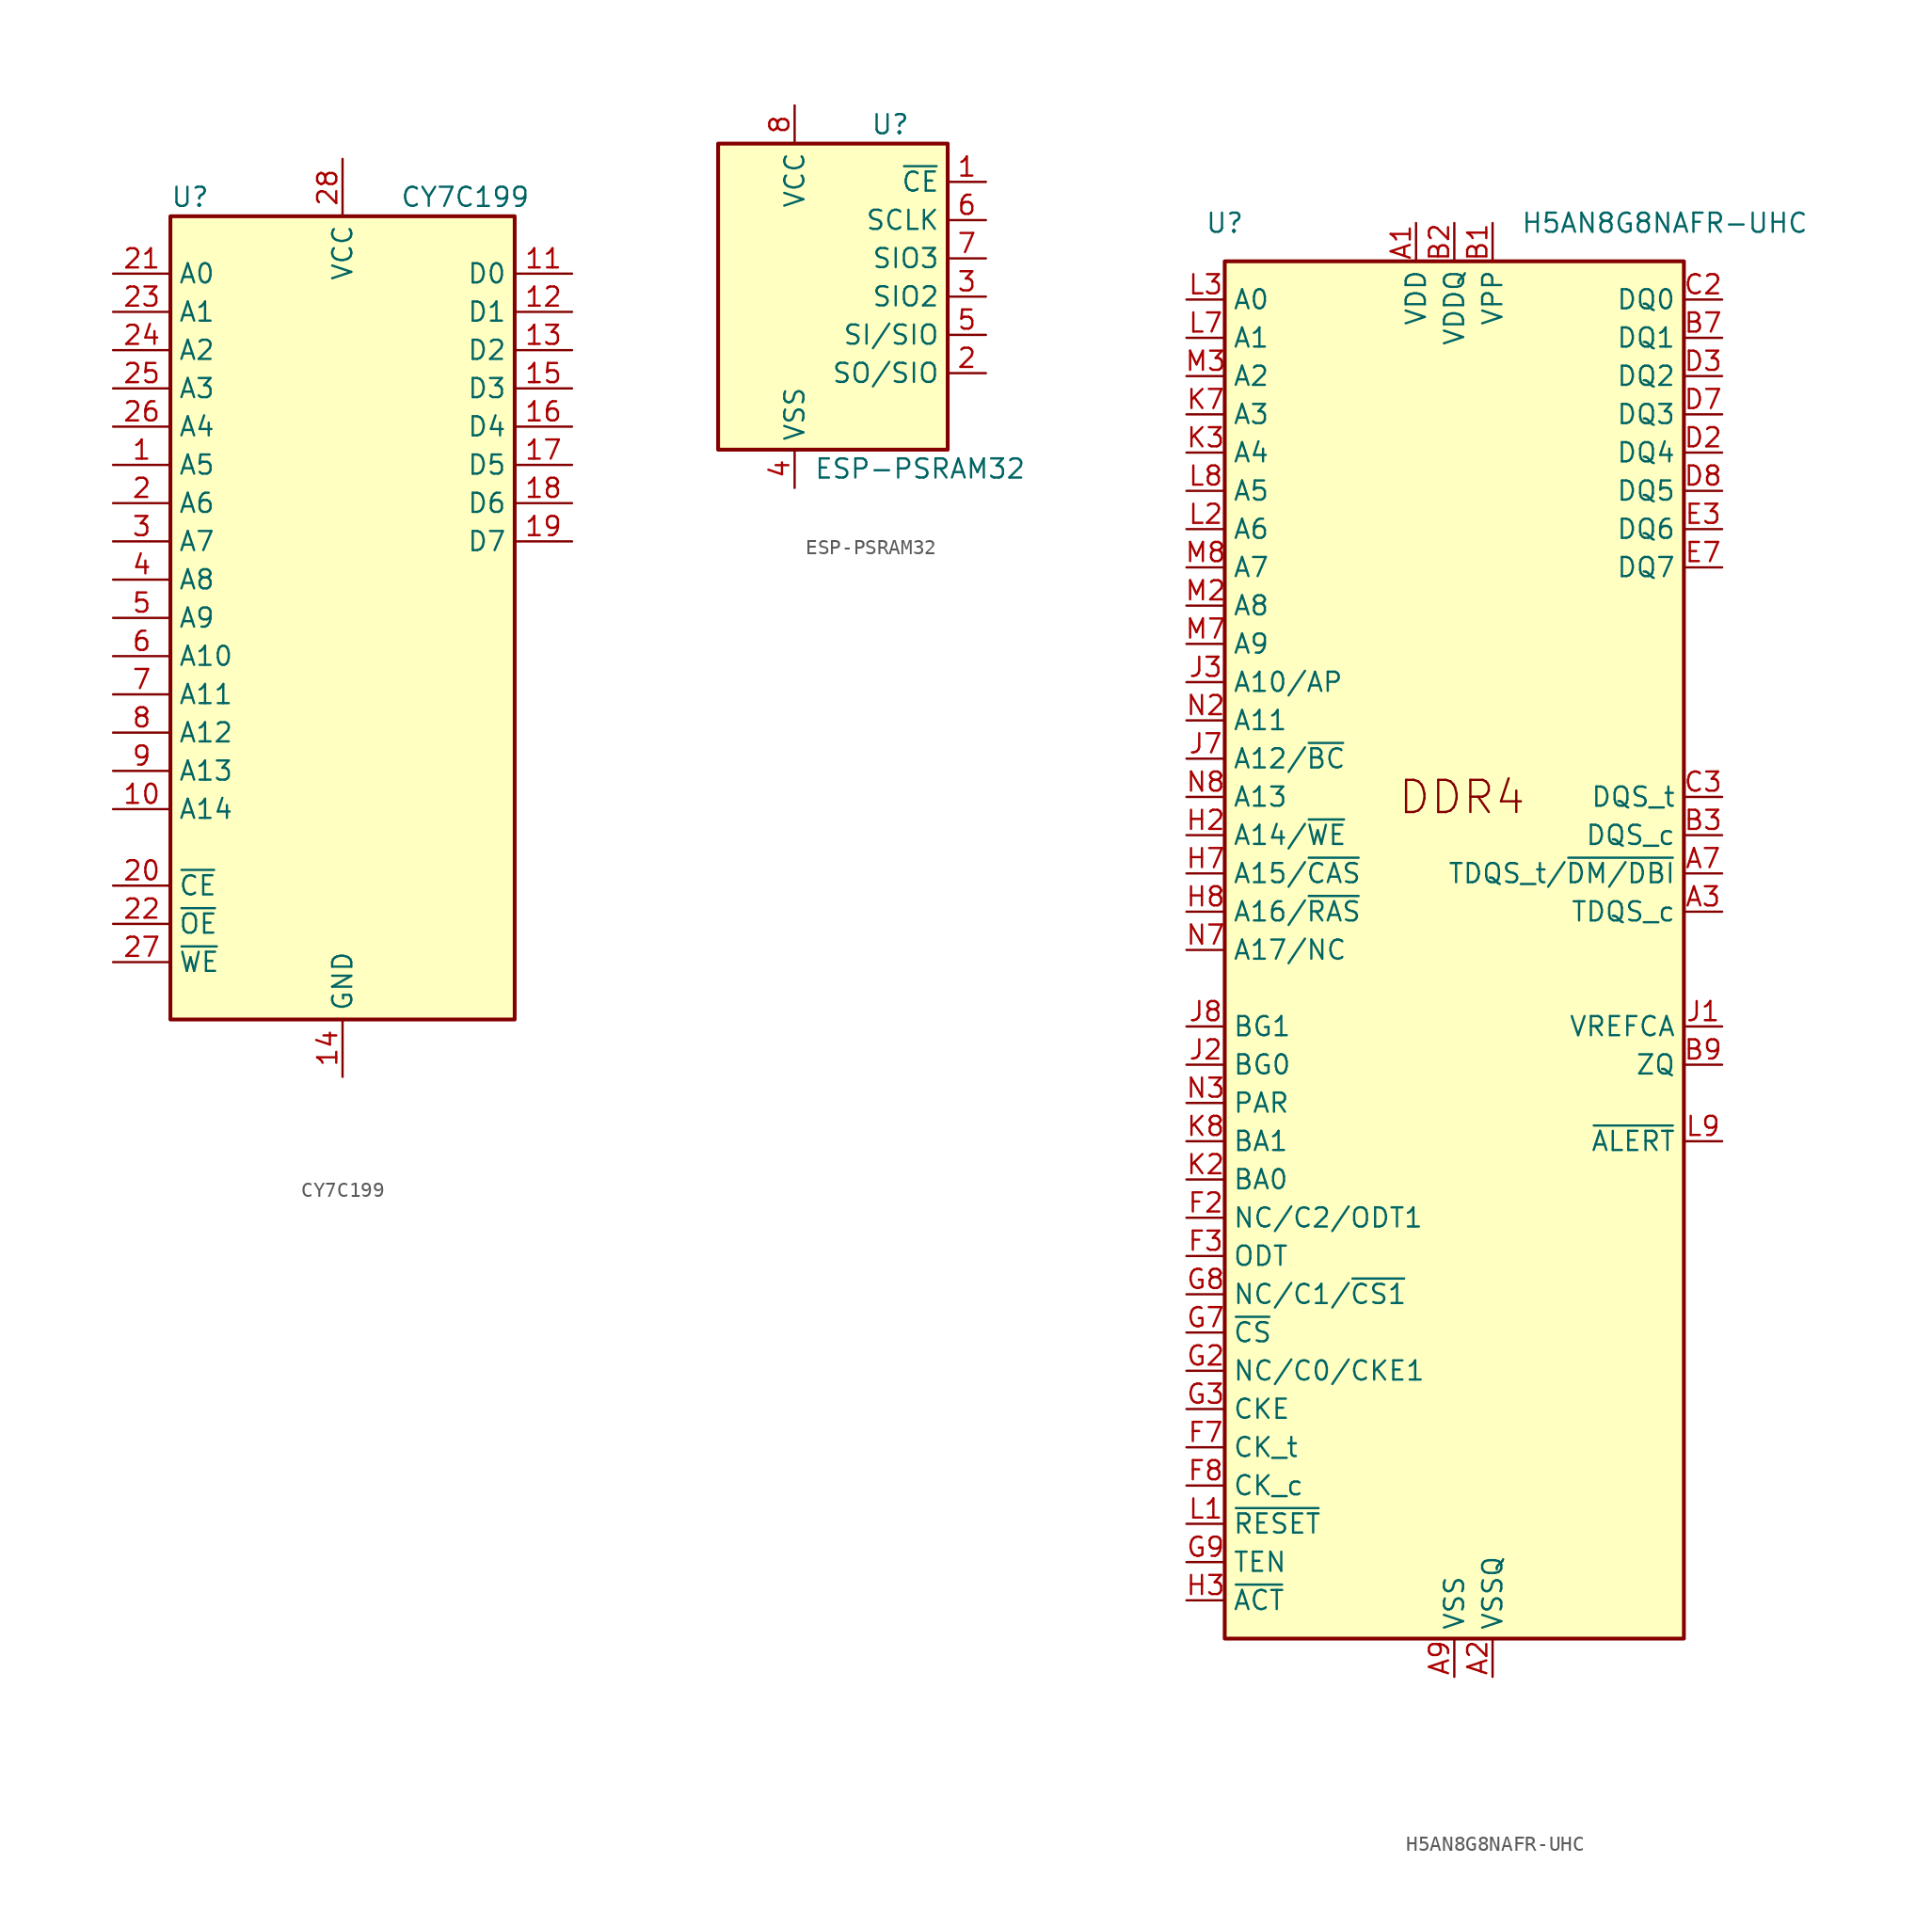
<source format=kicad_sym>
(kicad_symbol_lib
  (version 20220914)
  (generator kicad_symbol_editor)
  (symbol "CY7C199"
    (property "Reference" "U"
      (at -11.43 27.94 0)
      (effects (font (size 1.27 1.27)) (justify left)))
    (property "Value" "CY7C199"
      (at 3.81 27.94 0)
      (effects (font (size 1.27 1.27)) (justify left)))
    (symbol "CY7C199_0_0"
      (pin power_in line (at 0 -30.48 90) (length 3.81) (name "GND" (effects (font (size 1.27 1.27)))) (number "14" (effects (font (size 1.27 1.27)))))
      (pin power_in line (at 0 30.48 270) (length 3.81) (name "VCC" (effects (font (size 1.27 1.27)))) (number "28" (effects (font (size 1.27 1.27))))))
    (symbol "CY7C199_0_1"
      (rectangle (start -11.43 26.67) (end 11.43 -26.67) (stroke (width 0.254) (type solid)) (fill (type background))))
    (symbol "CY7C199_1_1"
      (pin input line (at -15.24 10.16 0) (length 3.81) (name "A5" (effects (font (size 1.27 1.27)))) (number "1" (effects (font (size 1.27 1.27)))))
      (pin input line (at -15.24 -12.7 0) (length 3.81) (name "A14" (effects (font (size 1.27 1.27)))) (number "10" (effects (font (size 1.27 1.27)))))
      (pin tri_state line (at 15.24 22.86 180) (length 3.81) (name "D0" (effects (font (size 1.27 1.27)))) (number "11" (effects (font (size 1.27 1.27)))))
      (pin tri_state line (at 15.24 20.32 180) (length 3.81) (name "D1" (effects (font (size 1.27 1.27)))) (number "12" (effects (font (size 1.27 1.27)))))
      (pin tri_state line (at 15.24 17.78 180) (length 3.81) (name "D2" (effects (font (size 1.27 1.27)))) (number "13" (effects (font (size 1.27 1.27)))))
      (pin tri_state line (at 15.24 15.24 180) (length 3.81) (name "D3" (effects (font (size 1.27 1.27)))) (number "15" (effects (font (size 1.27 1.27)))))
      (pin tri_state line (at 15.24 12.7 180) (length 3.81) (name "D4" (effects (font (size 1.27 1.27)))) (number "16" (effects (font (size 1.27 1.27)))))
      (pin tri_state line (at 15.24 10.16 180) (length 3.81) (name "D5" (effects (font (size 1.27 1.27)))) (number "17" (effects (font (size 1.27 1.27)))))
      (pin tri_state line (at 15.24 7.62 180) (length 3.81) (name "D6" (effects (font (size 1.27 1.27)))) (number "18" (effects (font (size 1.27 1.27)))))
      (pin tri_state line (at 15.24 5.08 180) (length 3.81) (name "D7" (effects (font (size 1.27 1.27)))) (number "19" (effects (font (size 1.27 1.27)))))
      (pin input line (at -15.24 7.62 0) (length 3.81) (name "A6" (effects (font (size 1.27 1.27)))) (number "2" (effects (font (size 1.27 1.27)))))
      (pin input line (at -15.24 -17.78 0) (length 3.81) (name "~{CE}" (effects (font (size 1.27 1.27)))) (number "20" (effects (font (size 1.27 1.27)))))
      (pin input line (at -15.24 22.86 0) (length 3.81) (name "A0" (effects (font (size 1.27 1.27)))) (number "21" (effects (font (size 1.27 1.27)))))
      (pin input line (at -15.24 -20.32 0) (length 3.81) (name "~{OE}" (effects (font (size 1.27 1.27)))) (number "22" (effects (font (size 1.27 1.27)))))
      (pin input line (at -15.24 20.32 0) (length 3.81) (name "A1" (effects (font (size 1.27 1.27)))) (number "23" (effects (font (size 1.27 1.27)))))
      (pin input line (at -15.24 17.78 0) (length 3.81) (name "A2" (effects (font (size 1.27 1.27)))) (number "24" (effects (font (size 1.27 1.27)))))
      (pin input line (at -15.24 15.24 0) (length 3.81) (name "A3" (effects (font (size 1.27 1.27)))) (number "25" (effects (font (size 1.27 1.27)))))
      (pin input line (at -15.24 12.7 0) (length 3.81) (name "A4" (effects (font (size 1.27 1.27)))) (number "26" (effects (font (size 1.27 1.27)))))
      (pin input line (at -15.24 -22.86 0) (length 3.81) (name "~{WE}" (effects (font (size 1.27 1.27)))) (number "27" (effects (font (size 1.27 1.27)))))
      (pin input line (at -15.24 5.08 0) (length 3.81) (name "A7" (effects (font (size 1.27 1.27)))) (number "3" (effects (font (size 1.27 1.27)))))
      (pin input line (at -15.24 2.54 0) (length 3.81) (name "A8" (effects (font (size 1.27 1.27)))) (number "4" (effects (font (size 1.27 1.27)))))
      (pin input line (at -15.24 0 0) (length 3.81) (name "A9" (effects (font (size 1.27 1.27)))) (number "5" (effects (font (size 1.27 1.27)))))
      (pin input line (at -15.24 -2.54 0) (length 3.81) (name "A10" (effects (font (size 1.27 1.27)))) (number "6" (effects (font (size 1.27 1.27)))))
      (pin input line (at -15.24 -5.08 0) (length 3.81) (name "A11" (effects (font (size 1.27 1.27)))) (number "7" (effects (font (size 1.27 1.27)))))
      (pin input line (at -15.24 -7.62 0) (length 3.81) (name "A12" (effects (font (size 1.27 1.27)))) (number "8" (effects (font (size 1.27 1.27)))))
      (pin input line (at -15.24 -10.16 0) (length 3.81) (name "A13" (effects (font (size 1.27 1.27)))) (number "9" (effects (font (size 1.27 1.27)))))))
  (symbol "ESP-PSRAM32"
    (property "Reference" "U"
      (at 3.81 11.43 0)
      (effects (font (size 1.27 1.27))))
    (property "Value" "ESP-PSRAM32"
      (at -1.27 -11.43 0)
      (effects (font (size 1.27 1.27)) (justify left)))
    (symbol "ESP-PSRAM32_0_1"
      (rectangle (start -7.62 10.16) (end 7.62 -10.16) (stroke (width 0.254) (type solid)) (fill (type background))))
    (symbol "ESP-PSRAM32_1_1"
      (pin input line (at 10.16 7.62 180) (length 2.54) (name "~{CE}" (effects (font (size 1.27 1.27)))) (number "1" (effects (font (size 1.27 1.27)))))
      (pin output line (at 10.16 -5.08 180) (length 2.54) (name "SO/SIO" (effects (font (size 1.27 1.27)))) (number "2" (effects (font (size 1.27 1.27)))))
      (pin bidirectional line (at 10.16 0 180) (length 2.54) (name "SIO2" (effects (font (size 1.27 1.27)))) (number "3" (effects (font (size 1.27 1.27)))))
      (pin power_in line (at -2.54 -12.7 90) (length 2.54) (name "VSS" (effects (font (size 1.27 1.27)))) (number "4" (effects (font (size 1.27 1.27)))))
      (pin input line (at 10.16 -2.54 180) (length 2.54) (name "SI/SIO" (effects (font (size 1.27 1.27)))) (number "5" (effects (font (size 1.27 1.27)))))
      (pin output line (at 10.16 5.08 180) (length 2.54) (name "SCLK" (effects (font (size 1.27 1.27)))) (number "6" (effects (font (size 1.27 1.27)))))
      (pin bidirectional line (at 10.16 2.54 180) (length 2.54) (name "SIO3" (effects (font (size 1.27 1.27)))) (number "7" (effects (font (size 1.27 1.27)))))
      (pin power_in line (at -2.54 12.7 270) (length 2.54) (name "VCC" (effects (font (size 1.27 1.27)))) (number "8" (effects (font (size 1.27 1.27)))))))
  (symbol "H5AN8G8NAFR-UHC"
    (property "Reference" "U"
      (at -15.24 48.26 0)
      (effects (font (size 1.27 1.27))))
    (property "Value" "H5AN8G8NAFR-UHC"
      (at 13.97 48.26 0)
      (effects (font (size 1.27 1.27))))
    (symbol "H5AN8G8NAFR-UHC_0_1"
      (rectangle (start -15.24 -45.72) (end 15.24 45.72) (stroke (width 0.254) (type solid)) (fill (type background)))
      (pin power_in line (at -2.54 48.26 270) (length 2.54) (name "VDD" (effects (font (size 1.27 1.27)))) (number "A1" (effects (font (size 1.27 1.27)))))
      (pin power_in line (at 2.54 -48.26 90) (length 2.54) (name "VSSQ" (effects (font (size 1.27 1.27)))) (number "A2" (effects (font (size 1.27 1.27)))))
      (pin output line (at 17.78 2.54 180) (length 2.54) (name "TDQS_c" (effects (font (size 1.27 1.27)))) (number "A3" (effects (font (size 1.27 1.27)))))
      (pin bidirectional line (at 17.78 5.08 180) (length 2.54) (name "TDQS_t/~{DM/DBI}" (effects (font (size 1.27 1.27)))) (number "A7" (effects (font (size 1.27 1.27)))))
      (pin passive line (at 2.54 -48.26 90) (length 2.54) hide (name "VSSQ" (effects (font (size 1.27 1.27)))) (number "A8" (effects (font (size 1.27 1.27)))))
      (pin power_in line (at 0 -48.26 90) (length 2.54) (name "VSS" (effects (font (size 1.27 1.27)))) (number "A9" (effects (font (size 1.27 1.27)))))
      (pin power_in line (at 2.54 48.26 270) (length 2.54) (name "VPP" (effects (font (size 1.27 1.27)))) (number "B1" (effects (font (size 1.27 1.27)))))
      (pin power_in line (at 0 48.26 270) (length 2.54) (name "VDDQ" (effects (font (size 1.27 1.27)))) (number "B2" (effects (font (size 1.27 1.27)))))
      (pin bidirectional line (at 17.78 7.62 180) (length 2.54) (name "DQS_c" (effects (font (size 1.27 1.27)))) (number "B3" (effects (font (size 1.27 1.27)))))
      (pin bidirectional line (at 17.78 40.64 180) (length 2.54) (name "DQ1" (effects (font (size 1.27 1.27)))) (number "B7" (effects (font (size 1.27 1.27)))))
      (pin passive line (at 0 48.26 270) (length 2.54) hide (name "VDDQ" (effects (font (size 1.27 1.27)))) (number "B8" (effects (font (size 1.27 1.27)))))
      (pin passive line (at 17.78 -7.62 180) (length 2.54) (name "ZQ" (effects (font (size 1.27 1.27)))) (number "B9" (effects (font (size 1.27 1.27)))))
      (pin passive line (at 0 48.26 270) (length 2.54) hide (name "VDDQ" (effects (font (size 1.27 1.27)))) (number "C1" (effects (font (size 1.27 1.27)))))
      (pin bidirectional line (at 17.78 43.18 180) (length 2.54) (name "DQ0" (effects (font (size 1.27 1.27)))) (number "C2" (effects (font (size 1.27 1.27)))))
      (pin bidirectional line (at 17.78 10.16 180) (length 2.54) (name "DQS_t" (effects (font (size 1.27 1.27)))) (number "C3" (effects (font (size 1.27 1.27)))))
      (pin passive line (at -2.54 48.26 270) (length 2.54) hide (name "VDD" (effects (font (size 1.27 1.27)))) (number "C7" (effects (font (size 1.27 1.27)))))
      (pin passive line (at 0 -48.26 90) (length 2.54) hide (name "VSS" (effects (font (size 1.27 1.27)))) (number "C8" (effects (font (size 1.27 1.27)))))
      (pin passive line (at 0 48.26 270) (length 2.54) hide (name "VDDQ" (effects (font (size 1.27 1.27)))) (number "C9" (effects (font (size 1.27 1.27)))))
      (pin passive line (at 2.54 -48.26 90) (length 2.54) hide (name "VSSQ" (effects (font (size 1.27 1.27)))) (number "D1" (effects (font (size 1.27 1.27)))))
      (pin bidirectional line (at 17.78 33.02 180) (length 2.54) (name "DQ4" (effects (font (size 1.27 1.27)))) (number "D2" (effects (font (size 1.27 1.27)))))
      (pin bidirectional line (at 17.78 38.1 180) (length 2.54) (name "DQ2" (effects (font (size 1.27 1.27)))) (number "D3" (effects (font (size 1.27 1.27)))))
      (pin bidirectional line (at 17.78 35.56 180) (length 2.54) (name "DQ3" (effects (font (size 1.27 1.27)))) (number "D7" (effects (font (size 1.27 1.27)))))
      (pin bidirectional line (at 17.78 30.48 180) (length 2.54) (name "DQ5" (effects (font (size 1.27 1.27)))) (number "D8" (effects (font (size 1.27 1.27)))))
      (pin passive line (at 2.54 -48.26 90) (length 2.54) hide (name "VSSQ" (effects (font (size 1.27 1.27)))) (number "D9" (effects (font (size 1.27 1.27)))))
      (pin passive line (at 0 -48.26 90) (length 2.54) hide (name "VSS" (effects (font (size 1.27 1.27)))) (number "E1" (effects (font (size 1.27 1.27)))))
      (pin passive line (at 0 48.26 270) (length 2.54) hide (name "VDDQ" (effects (font (size 1.27 1.27)))) (number "E2" (effects (font (size 1.27 1.27)))))
      (pin bidirectional line (at 17.78 27.94 180) (length 2.54) (name "DQ6" (effects (font (size 1.27 1.27)))) (number "E3" (effects (font (size 1.27 1.27)))))
      (pin bidirectional line (at 17.78 25.4 180) (length 2.54) (name "DQ7" (effects (font (size 1.27 1.27)))) (number "E7" (effects (font (size 1.27 1.27)))))
      (pin passive line (at 0 48.26 270) (length 2.54) hide (name "VDDQ" (effects (font (size 1.27 1.27)))) (number "E8" (effects (font (size 1.27 1.27)))))
      (pin passive line (at 0 -48.26 90) (length 2.54) hide (name "VSS" (effects (font (size 1.27 1.27)))) (number "E9" (effects (font (size 1.27 1.27)))))
      (pin passive line (at -2.54 48.26 270) (length 2.54) hide (name "VDD" (effects (font (size 1.27 1.27)))) (number "F1" (effects (font (size 1.27 1.27)))))
      (pin passive line (at -17.78 -17.78 0) (length 2.54) (name "NC/C2/ODT1" (effects (font (size 1.27 1.27)))) (number "F2" (effects (font (size 1.27 1.27)))))
      (pin input line (at -17.78 -20.32 0) (length 2.54) (name "ODT" (effects (font (size 1.27 1.27)))) (number "F3" (effects (font (size 1.27 1.27)))))
      (pin input line (at -17.78 -33.02 0) (length 2.54) (name "CK_t" (effects (font (size 1.27 1.27)))) (number "F7" (effects (font (size 1.27 1.27)))))
      (pin input line (at -17.78 -35.56 0) (length 2.54) (name "CK_c" (effects (font (size 1.27 1.27)))) (number "F8" (effects (font (size 1.27 1.27)))))
      (pin passive line (at -2.54 48.26 270) (length 2.54) hide (name "VDD" (effects (font (size 1.27 1.27)))) (number "F9" (effects (font (size 1.27 1.27)))))
      (pin passive line (at 0 -48.26 90) (length 2.54) hide (name "VSS" (effects (font (size 1.27 1.27)))) (number "G1" (effects (font (size 1.27 1.27)))))
      (pin passive line (at -17.78 -27.94 0) (length 2.54) (name "NC/C0/CKE1" (effects (font (size 1.27 1.27)))) (number "G2" (effects (font (size 1.27 1.27)))))
      (pin input line (at -17.78 -30.48 0) (length 2.54) (name "CKE" (effects (font (size 1.27 1.27)))) (number "G3" (effects (font (size 1.27 1.27)))))
      (pin input line (at -17.78 -25.4 0) (length 2.54) (name "~{CS}" (effects (font (size 1.27 1.27)))) (number "G7" (effects (font (size 1.27 1.27)))))
      (pin passive line (at -17.78 -22.86 0) (length 2.54) (name "NC/C1/~{CS1}" (effects (font (size 1.27 1.27)))) (number "G8" (effects (font (size 1.27 1.27)))))
      (pin input line (at -17.78 -40.64 0) (length 2.54) (name "TEN" (effects (font (size 1.27 1.27)))) (number "G9" (effects (font (size 1.27 1.27)))))
      (pin passive line (at -2.54 48.26 270) (length 2.54) hide (name "VDD" (effects (font (size 1.27 1.27)))) (number "H1" (effects (font (size 1.27 1.27)))))
      (pin input line (at -17.78 7.62 0) (length 2.54) (name "A14/~{WE}" (effects (font (size 1.27 1.27)))) (number "H2" (effects (font (size 1.27 1.27)))))
      (pin input line (at -17.78 -43.18 0) (length 2.54) (name "~{ACT}" (effects (font (size 1.27 1.27)))) (number "H3" (effects (font (size 1.27 1.27)))))
      (pin input line (at -17.78 5.08 0) (length 2.54) (name "A15/~{CAS}" (effects (font (size 1.27 1.27)))) (number "H7" (effects (font (size 1.27 1.27)))))
      (pin input line (at -17.78 2.54 0) (length 2.54) (name "A16/~{RAS}" (effects (font (size 1.27 1.27)))) (number "H8" (effects (font (size 1.27 1.27)))))
      (pin passive line (at 0 -48.26 90) (length 2.54) hide (name "VSS" (effects (font (size 1.27 1.27)))) (number "H9" (effects (font (size 1.27 1.27)))))
      (pin passive line (at 17.78 -5.08 180) (length 2.54) (name "VREFCA" (effects (font (size 1.27 1.27)))) (number "J1" (effects (font (size 1.27 1.27)))))
      (pin input line (at -17.78 -7.62 0) (length 2.54) (name "BG0" (effects (font (size 1.27 1.27)))) (number "J2" (effects (font (size 1.27 1.27)))))
      (pin input line (at -17.78 17.78 0) (length 2.54) (name "A10/AP" (effects (font (size 1.27 1.27)))) (number "J3" (effects (font (size 1.27 1.27)))))
      (pin input line (at -17.78 12.7 0) (length 2.54) (name "A12/~{BC}" (effects (font (size 1.27 1.27)))) (number "J7" (effects (font (size 1.27 1.27)))))
      (pin input line (at -17.78 -5.08 0) (length 2.54) (name "BG1" (effects (font (size 1.27 1.27)))) (number "J8" (effects (font (size 1.27 1.27)))))
      (pin passive line (at -2.54 48.26 270) (length 2.54) hide (name "VDD" (effects (font (size 1.27 1.27)))) (number "J9" (effects (font (size 1.27 1.27)))))
      (pin passive line (at 0 -48.26 90) (length 2.54) hide (name "VSS" (effects (font (size 1.27 1.27)))) (number "K1" (effects (font (size 1.27 1.27)))))
      (pin input line (at -17.78 -15.24 0) (length 2.54) (name "BA0" (effects (font (size 1.27 1.27)))) (number "K2" (effects (font (size 1.27 1.27)))))
      (pin input line (at -17.78 33.02 0) (length 2.54) (name "A4" (effects (font (size 1.27 1.27)))) (number "K3" (effects (font (size 1.27 1.27)))))
      (pin input line (at -17.78 35.56 0) (length 2.54) (name "A3" (effects (font (size 1.27 1.27)))) (number "K7" (effects (font (size 1.27 1.27)))))
      (pin input line (at -17.78 -12.7 0) (length 2.54) (name "BA1" (effects (font (size 1.27 1.27)))) (number "K8" (effects (font (size 1.27 1.27)))))
      (pin passive line (at 0 -48.26 90) (length 2.54) hide (name "VSS" (effects (font (size 1.27 1.27)))) (number "K9" (effects (font (size 1.27 1.27)))))
      (pin input line (at -17.78 -38.1 0) (length 2.54) (name "~{RESET}" (effects (font (size 1.27 1.27)))) (number "L1" (effects (font (size 1.27 1.27)))))
      (pin input line (at -17.78 27.94 0) (length 2.54) (name "A6" (effects (font (size 1.27 1.27)))) (number "L2" (effects (font (size 1.27 1.27)))))
      (pin input line (at -17.78 43.18 0) (length 2.54) (name "A0" (effects (font (size 1.27 1.27)))) (number "L3" (effects (font (size 1.27 1.27)))))
      (pin input line (at -17.78 40.64 0) (length 2.54) (name "A1" (effects (font (size 1.27 1.27)))) (number "L7" (effects (font (size 1.27 1.27)))))
      (pin input line (at -17.78 30.48 0) (length 2.54) (name "A5" (effects (font (size 1.27 1.27)))) (number "L8" (effects (font (size 1.27 1.27)))))
      (pin open_collector line (at 17.78 -12.7 180) (length 2.54) (name "~{ALERT}" (effects (font (size 1.27 1.27)))) (number "L9" (effects (font (size 1.27 1.27)))))
      (pin passive line (at -2.54 48.26 270) (length 2.54) hide (name "VDD" (effects (font (size 1.27 1.27)))) (number "M1" (effects (font (size 1.27 1.27)))))
      (pin input line (at -17.78 22.86 0) (length 2.54) (name "A8" (effects (font (size 1.27 1.27)))) (number "M2" (effects (font (size 1.27 1.27)))))
      (pin input line (at -17.78 38.1 0) (length 2.54) (name "A2" (effects (font (size 1.27 1.27)))) (number "M3" (effects (font (size 1.27 1.27)))))
      (pin input line (at -17.78 20.32 0) (length 2.54) (name "A9" (effects (font (size 1.27 1.27)))) (number "M7" (effects (font (size 1.27 1.27)))))
      (pin input line (at -17.78 25.4 0) (length 2.54) (name "A7" (effects (font (size 1.27 1.27)))) (number "M8" (effects (font (size 1.27 1.27)))))
      (pin passive line (at 2.54 48.26 270) (length 2.54) hide (name "VPP" (effects (font (size 1.27 1.27)))) (number "M9" (effects (font (size 1.27 1.27)))))
      (pin passive line (at 0 -48.26 90) (length 2.54) hide (name "VSS" (effects (font (size 1.27 1.27)))) (number "N1" (effects (font (size 1.27 1.27)))))
      (pin input line (at -17.78 15.24 0) (length 2.54) (name "A11" (effects (font (size 1.27 1.27)))) (number "N2" (effects (font (size 1.27 1.27)))))
      (pin input line (at -17.78 -10.16 0) (length 2.54) (name "PAR" (effects (font (size 1.27 1.27)))) (number "N3" (effects (font (size 1.27 1.27)))))
      (pin passive line (at -17.78 0 0) (length 2.54) (name "A17/NC" (effects (font (size 1.27 1.27)))) (number "N7" (effects (font (size 1.27 1.27)))))
      (pin input line (at -17.78 10.16 0) (length 2.54) (name "A13" (effects (font (size 1.27 1.27)))) (number "N8" (effects (font (size 1.27 1.27)))))
      (pin passive line (at -2.54 48.26 270) (length 2.54) hide (name "VDD" (effects (font (size 1.27 1.27)))) (number "N9" (effects (font (size 1.27 1.27))))))
    (symbol "H5AN8G8NAFR-UHC_1_1"
      (text "DDR4" (at -3.81 8.89 0) (effects (font (size 2.134 2.134)) (justify left bottom))))))
</source>
